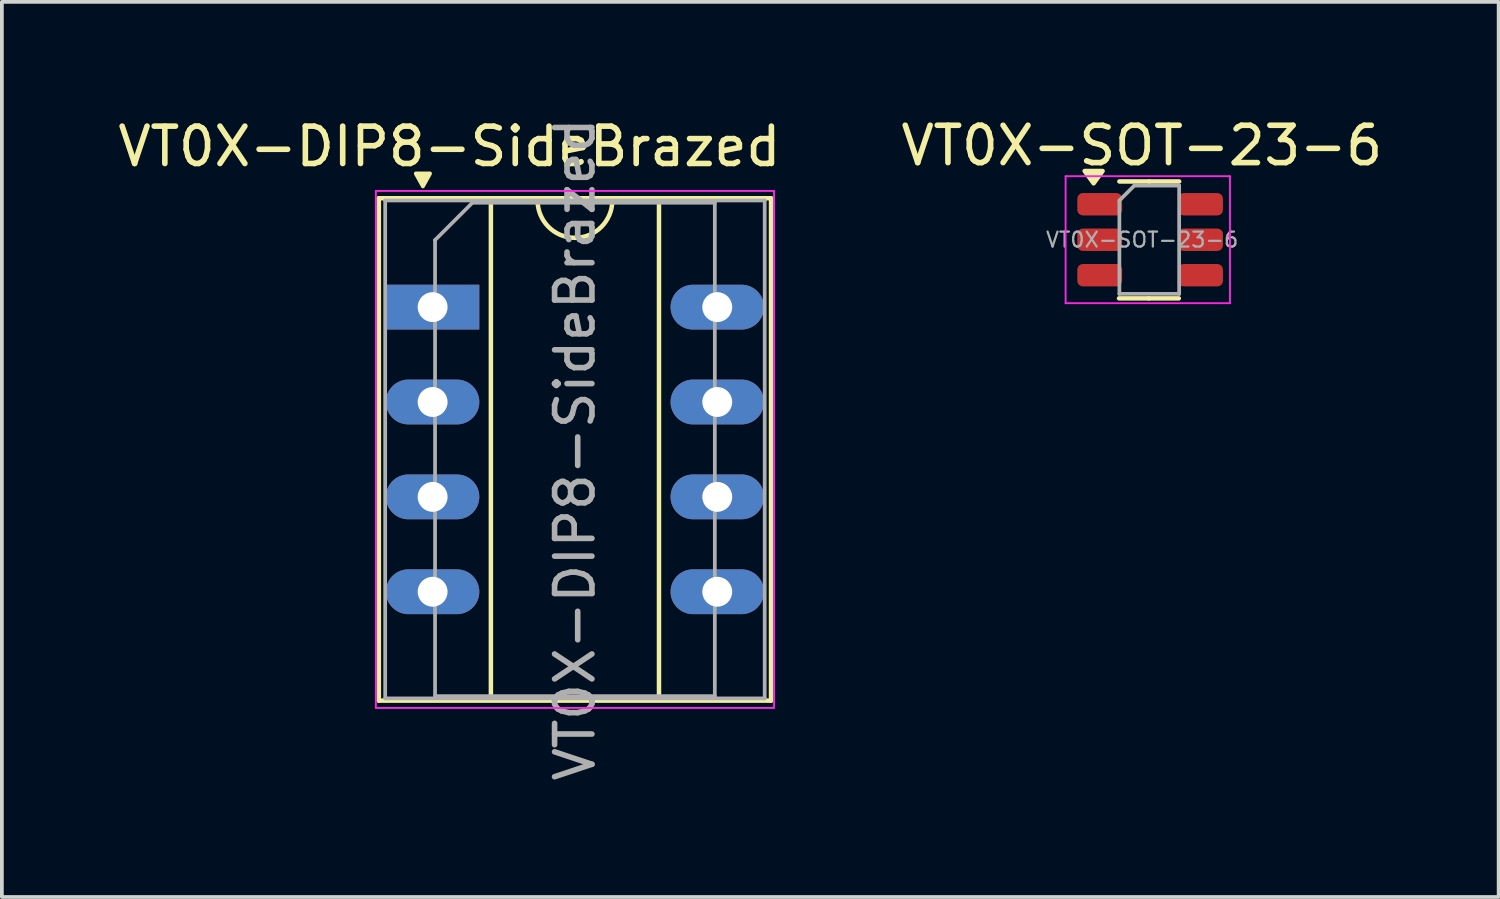
<source format=kicad_pcb>
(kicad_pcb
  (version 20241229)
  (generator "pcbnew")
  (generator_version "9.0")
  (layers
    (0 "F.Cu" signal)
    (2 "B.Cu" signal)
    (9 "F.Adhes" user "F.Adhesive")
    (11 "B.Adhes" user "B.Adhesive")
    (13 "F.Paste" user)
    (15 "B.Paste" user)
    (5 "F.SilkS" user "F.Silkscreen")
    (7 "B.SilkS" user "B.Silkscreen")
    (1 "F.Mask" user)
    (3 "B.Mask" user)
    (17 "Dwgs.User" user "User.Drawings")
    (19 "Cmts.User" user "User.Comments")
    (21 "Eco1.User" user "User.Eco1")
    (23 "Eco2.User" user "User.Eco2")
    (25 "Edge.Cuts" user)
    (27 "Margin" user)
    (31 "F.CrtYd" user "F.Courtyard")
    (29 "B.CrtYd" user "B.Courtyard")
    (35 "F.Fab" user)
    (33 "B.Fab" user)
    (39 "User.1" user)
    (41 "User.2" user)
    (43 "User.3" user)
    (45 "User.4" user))
  (footprint "VT0X-DIP8-SideBrazed"
    (layer "F.Cu")
    (at 8.532 5.172)
    (property "Reference" "VT0X-DIP8-SideBrazed" (at 0.45 -4.3 0) (layer "F.SilkS") (effects (font (size 1 1) (thickness 0.15))))
    (attr through_hole)
    (fp_line (start -1.44 -2.915) (end -1.44 10.535) (stroke (width 0.12) (type solid)) (layer "F.SilkS"))
    (fp_line (start -1.44 10.535) (end 9.06 10.535) (stroke (width 0.12) (type solid)) (layer "F.SilkS"))
    (fp_line (start 1.56 -2.855) (end 1.56 10.475) (stroke (width 0.12) (type solid)) (layer "F.SilkS"))
    (fp_line (start 1.56 10.475) (end 6.06 10.475) (stroke (width 0.12) (type solid)) (layer "F.SilkS"))
    (fp_line (start 2.81 -2.855) (end 1.56 -2.855) (stroke (width 0.12) (type solid)) (layer "F.SilkS"))
    (fp_line (start 6.06 -2.855) (end 4.81 -2.855) (stroke (width 0.12) (type solid)) (layer "F.SilkS"))
    (fp_line (start 6.06 10.475) (end 6.06 -2.855) (stroke (width 0.12) (type solid)) (layer "F.SilkS"))
    (fp_line (start 9.06 -2.915) (end -1.44 -2.915) (stroke (width 0.12) (type solid)) (layer "F.SilkS"))
    (fp_line (start 9.06 10.535) (end 9.06 -2.915) (stroke (width 0.12) (type solid)) (layer "F.SilkS"))
    (fp_arc (start 4.81 -2.855) (mid 3.81 -1.855) (end 2.81 -2.855) (stroke (width 0.12) (type solid)) (layer "F.SilkS"))
    (fp_poly (pts (xy -0.45 -3.58) (xy -0.07 -3.58) (xy -0.07 -3.57) (xy -0.26 -3.23) (xy -0.45 -3.57)) (stroke (width 0.1) (type solid)) (fill yes) (layer "F.SilkS"))
    (fp_line (start -1.52 -3.11) (end -1.52 10.73) (stroke (width 0.05) (type solid)) (layer "F.CrtYd"))
    (fp_line (start -1.52 10.73) (end 9.14 10.73) (stroke (width 0.05) (type solid)) (layer "F.CrtYd"))
    (fp_line (start 9.14 -3.11) (end -1.52 -3.11) (stroke (width 0.05) (type solid)) (layer "F.CrtYd"))
    (fp_line (start 9.14 10.73) (end 9.14 -3.11) (stroke (width 0.05) (type solid)) (layer "F.CrtYd"))
    (fp_line (start -1.27 -2.855) (end -1.27 10.475) (stroke (width 0.1) (type solid)) (layer "F.Fab"))
    (fp_line (start -1.27 10.475) (end 8.89 10.475) (stroke (width 0.1) (type solid)) (layer "F.Fab"))
    (fp_line (start 0.065 -1.795) (end 1.065 -2.795) (stroke (width 0.1) (type solid)) (layer "F.Fab"))
    (fp_line (start 0.065 10.415) (end 0.065 -1.795) (stroke (width 0.1) (type solid)) (layer "F.Fab"))
    (fp_line (start 1.065 -2.795) (end 7.555 -2.795) (stroke (width 0.1) (type solid)) (layer "F.Fab"))
    (fp_line (start 7.555 -2.795) (end 7.555 10.415) (stroke (width 0.1) (type solid)) (layer "F.Fab"))
    (fp_line (start 7.555 10.415) (end 0.065 10.415) (stroke (width 0.1) (type solid)) (layer "F.Fab"))
    (fp_line (start 8.89 -2.855) (end -1.27 -2.855) (stroke (width 0.1) (type solid)) (layer "F.Fab"))
    (fp_line (start 8.89 10.475) (end 8.89 -2.855) (stroke (width 0.1) (type solid)) (layer "F.Fab"))
    (fp_text user "${REFERENCE}" (at 3.81 3.81 90) (layer "F.Fab") (effects (font (size 1 1) (thickness 0.15))))
    (pad "1" thru_hole rect (at 0 0) (size 2.5 1.2) (drill 0.8) (layers "*.Cu" "*.Mask"))
    (pad "2" thru_hole oval (at 0 2.54) (size 2.5 1.2) (drill 0.8) (layers "*.Cu" "*.Mask"))
    (pad "3" thru_hole oval (at 0 5.08) (size 2.5 1.2) (drill 0.8) (layers "*.Cu" "*.Mask"))
    (pad "4" thru_hole oval (at 0 7.62) (size 2.5 1.2) (drill 0.8) (layers "*.Cu" "*.Mask"))
    (pad "5" thru_hole oval (at 7.62 7.62) (size 2.5 1.2) (drill 0.8) (layers "*.Cu" "*.Mask"))
    (pad "6" thru_hole oval (at 7.62 5.08) (size 2.5 1.2) (drill 0.8) (layers "*.Cu" "*.Mask"))
    (pad "7" thru_hole oval (at 7.62 2.54) (size 2.5 1.2) (drill 0.8) (layers "*.Cu" "*.Mask"))
    (pad "8" thru_hole oval (at 7.62 0) (size 2.5 1.2) (drill 0.8) (layers "*.Cu" "*.Mask")))
  (footprint "VT0X-SOT-23-6"
    (layer "F.Cu")
    (at 27.528 3.368)
    (property "Reference" "VT0X-SOT-23-6" (at -0.01 -2.52 0) (layer "F.SilkS") (effects (font (size 1 1) (thickness 0.15))))
    (attr smd)
    (fp_line (start 0.18 1.57) (end -0.62 1.57) (stroke (width 0.12) (type solid)) (layer "F.SilkS"))
    (fp_line (start 0.18 1.57) (end 0.98 1.57) (stroke (width 0.12) (type solid)) (layer "F.SilkS"))
    (fp_line (start 0.19 -1.56) (end -0.61 -1.56) (stroke (width 0.12) (type solid)) (layer "F.SilkS"))
    (fp_line (start 0.19 -1.56) (end 0.99 -1.56) (stroke (width 0.12) (type solid)) (layer "F.SilkS"))
    (fp_poly (pts (xy -1.3 -1.51) (xy -1.54 -1.84) (xy -1.06 -1.84) (xy -1.3 -1.51)) (stroke (width 0.12) (type solid)) (fill yes) (layer "F.SilkS"))
    (fp_line (start -2.05 -1.7) (end -2.05 1.7) (stroke (width 0.05) (type solid)) (layer "F.CrtYd"))
    (fp_line (start -2.05 1.7) (end 2.35 1.7) (stroke (width 0.05) (type solid)) (layer "F.CrtYd"))
    (fp_line (start 2.35 -1.7) (end -2.05 -1.7) (stroke (width 0.05) (type solid)) (layer "F.CrtYd"))
    (fp_line (start 2.35 1.7) (end 2.35 -1.7) (stroke (width 0.05) (type solid)) (layer "F.CrtYd"))
    (fp_line (start -0.61 -1.05) (end -0.21 -1.45) (stroke (width 0.1) (type solid)) (layer "F.Fab"))
    (fp_line (start -0.61 1.45) (end -0.61 -1.05) (stroke (width 0.1) (type solid)) (layer "F.Fab"))
    (fp_line (start -0.21 -1.45) (end 0.99 -1.45) (stroke (width 0.1) (type solid)) (layer "F.Fab"))
    (fp_line (start 0.99 -1.45) (end 0.99 1.45) (stroke (width 0.1) (type solid)) (layer "F.Fab"))
    (fp_line (start 0.99 1.45) (end -0.61 1.45) (stroke (width 0.1) (type solid)) (layer "F.Fab"))
    (fp_text user "${REFERENCE}" (at 0 0 0) (layer "F.Fab") (effects (font (size 0.4 0.4) (thickness 0.06))))
    (pad "1" smd roundrect (at -1.137 -0.95) (size 1.2 0.6) (layers "F.Cu" "F.Mask" "F.Paste") (roundrect_rratio 0.25))
    (pad "2" smd roundrect (at -1.137 0) (size 1.2 0.6) (layers "F.Cu" "F.Mask" "F.Paste") (roundrect_rratio 0.25))
    (pad "3" smd roundrect (at -1.137 0.95) (size 1.2 0.6) (layers "F.Cu" "F.Mask" "F.Paste") (roundrect_rratio 0.25))
    (pad "4" smd roundrect (at 1.562 0.95) (size 1.2 0.6) (layers "F.Cu" "F.Mask" "F.Paste") (roundrect_rratio 0.25))
    (pad "5" smd roundrect (at 1.562 0) (size 1.2 0.6) (layers "F.Cu" "F.Mask" "F.Paste") (roundrect_rratio 0.25))
    (pad "6" smd roundrect (at 1.562 -0.95) (size 1.2 0.6) (layers "F.Cu" "F.Mask" "F.Paste") (roundrect_rratio 0.25)))
  (gr_rect
    (start -3 -3)
    (end 37.071 20.964)
    (stroke (width 0.1) (type default))
    (fill no)
    (layer "Edge.Cuts")))
</source>
